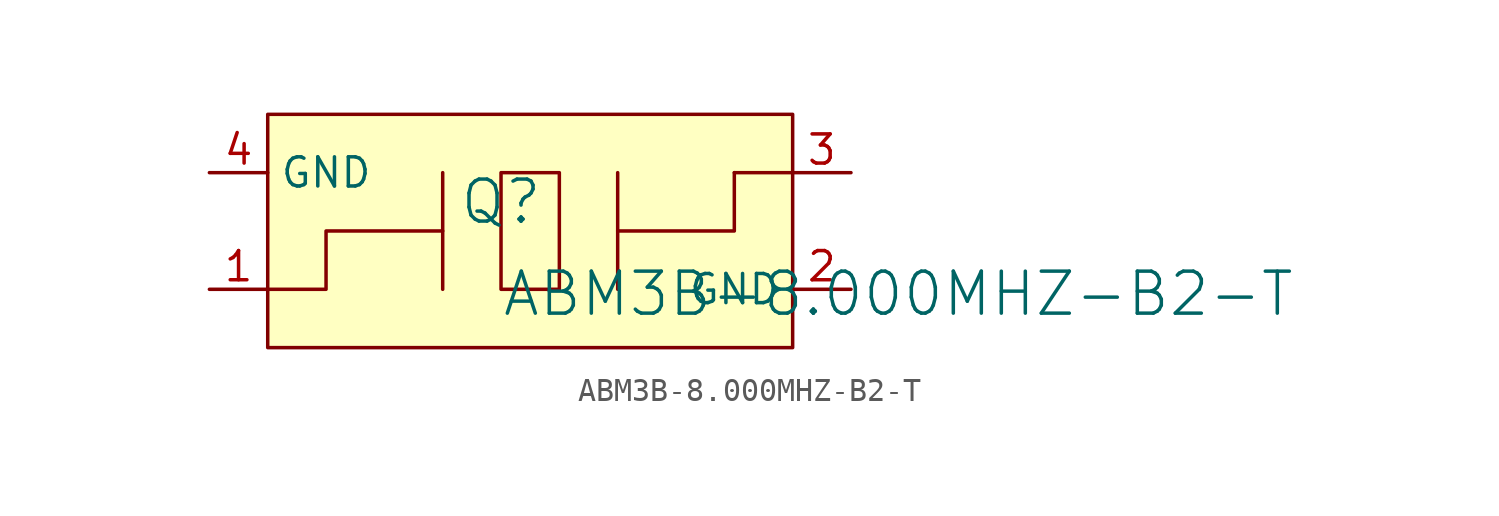
<source format=kicad_sym>
(kicad_symbol_lib
  (version 20241209)
  (generator "kicad_symbol_editor")
  (generator_version "9.0")
  (symbol "ABM3B-8.000MHZ-B2-T"
    (property "Reference" "Q"
      (at -1.27 1.27 0)
      (effects (font (size 1.829 1.829))))
    (property "Value" "ABM3B-8.000MHZ-B2-T"
      (at -1.27 -3.81 0)
      (effects (font (size 1.829 1.829)) (justify left bottom)))
    (symbol "ABM3B-8.000MHZ-B2-T_1_0"
      (polyline (pts (xy -3.81 2.54) (xy -3.81 -2.54)) (stroke (width 0) (type solid)) (fill (type none)))
      (polyline (pts (xy -3.81 0) (xy -8.89 0) (xy -8.89 -2.54) (xy -11.43 -2.54)) (stroke (width 0) (type solid)) (fill (type none)))
      (polyline (pts (xy -1.27 2.54) (xy -1.27 -2.54) (xy 1.27 -2.54) (xy 1.27 2.54) (xy -1.27 2.54)) (stroke (width 0) (type solid)) (fill (type none)))
      (polyline (pts (xy 3.81 2.54) (xy 3.81 -2.54)) (stroke (width 0) (type solid)) (fill (type none)))
      (polyline (pts (xy 3.81 0) (xy 8.89 0) (xy 8.89 2.54)) (stroke (width 0) (type solid)) (fill (type none)))
      (polyline (pts (xy 8.89 2.54) (xy 11.43 2.54)) (stroke (width 0) (type solid)) (fill (type none)))
      (rectangle (start 11.43 5.08) (end -11.43 -5.08) (stroke (width 0) (type solid) (color 128 0 0 1)) (fill (type background)))
      (pin passive line (at -13.97 2.54 0) (length 2.54) (name "GND" (effects (font (size 1.27 1.27)))) (number "4" (effects (font (size 1.27 1.27)))))
      (pin passive line (at -13.97 -2.54 0) (length 2.54) (name "" (effects (font (size 1.27 1.27)))) (number "1" (effects (font (size 1.27 1.27)))))
      (pin passive line (at 13.97 2.54 180) (length 2.54) (name "" (effects (font (size 1.27 1.27)))) (number "3" (effects (font (size 1.27 1.27)))))
      (pin passive line (at 13.97 -2.54 180) (length 2.54) (name "GND" (effects (font (size 1.27 1.27)))) (number "2" (effects (font (size 1.27 1.27))))))))
</source>
